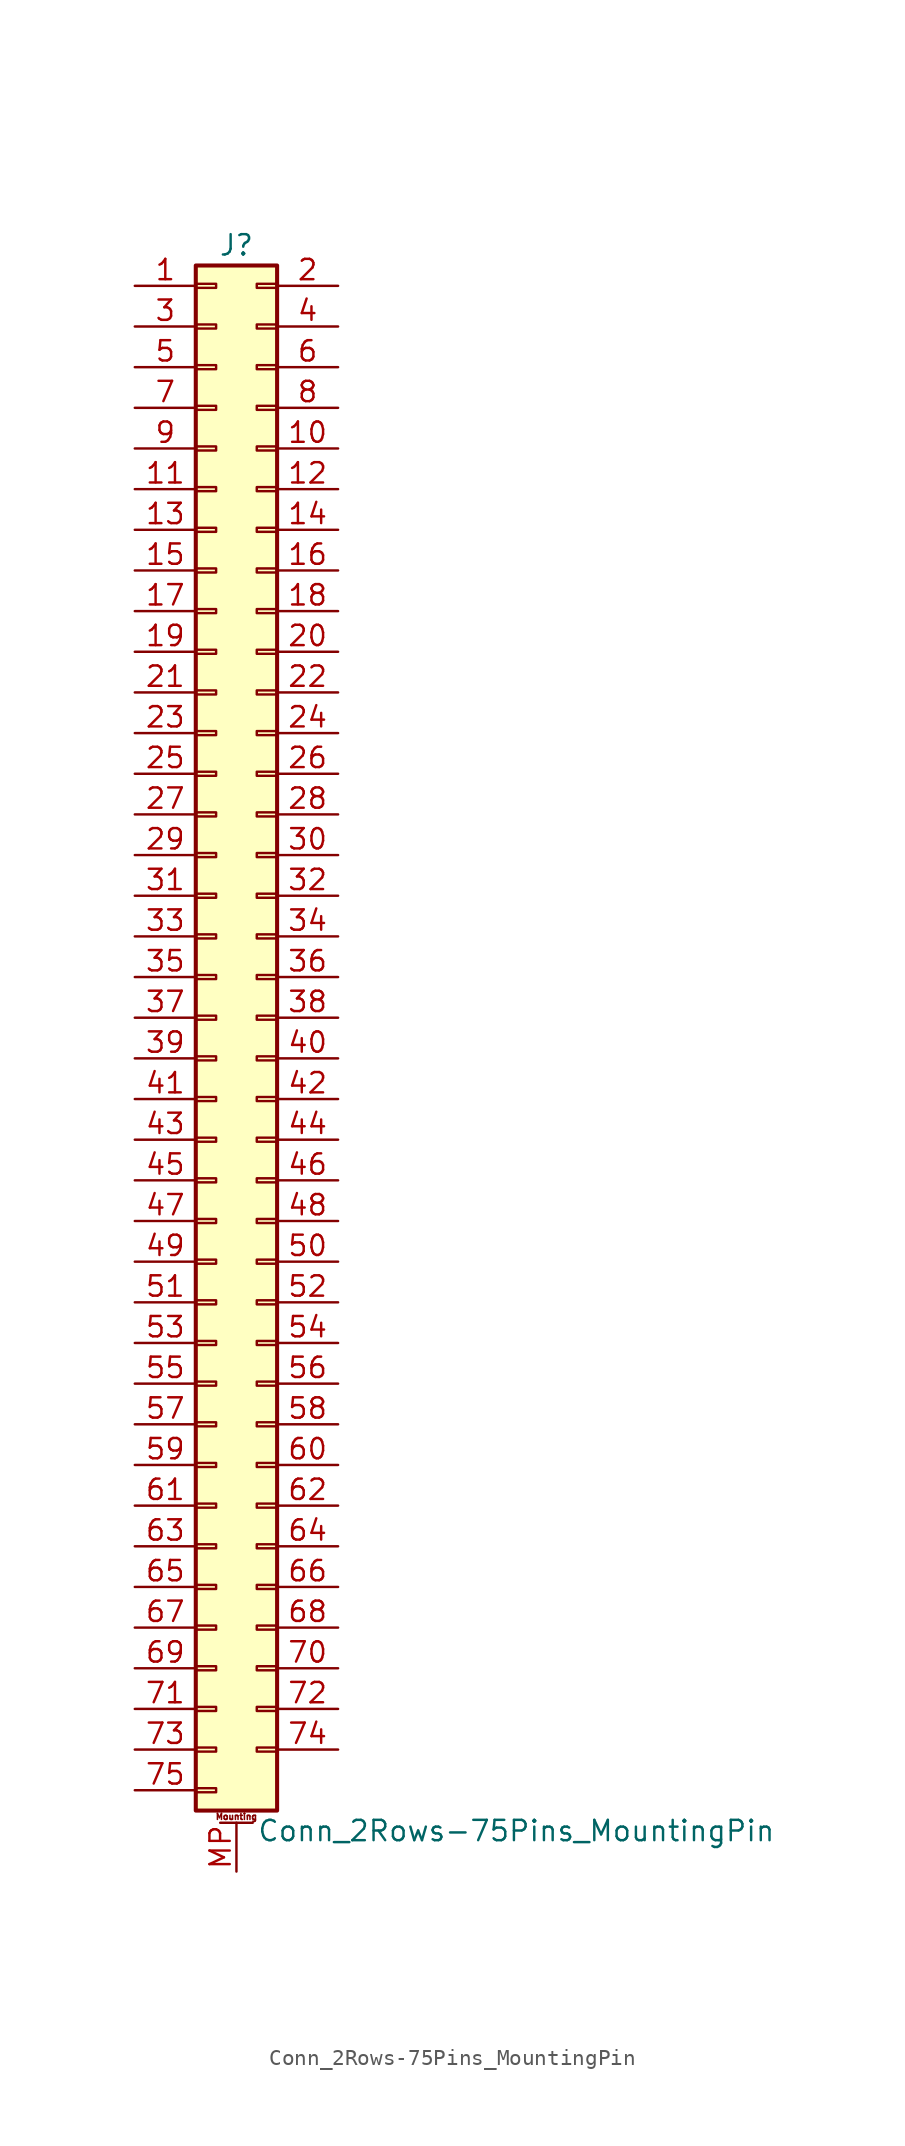
<source format=kicad_sym>
(kicad_symbol_lib
  (version 20201005)
  (generator kicad_symbol_editor)
  (symbol "Connector_Generic_MountingPin:Conn_2Rows-75Pins_MountingPin"
    (pin_names
      (offset 1.016) hide)
    (property "Reference" "J"
      (at 1.27 48.26 0)
      (effects (font (size 1.27 1.27))))
    (property "Value" "Conn_2Rows-75Pins_MountingPin"
      (at 2.54 -50.8 0)
      (effects (font (size 1.27 1.27)) (justify left)))
    (symbol "Conn_2Rows-75Pins_MountingPin_1_1"
      (text "Mounting" (at 1.27 -49.911 0) (effects (font (size 0.381 0.381))))
      (rectangle (start -1.27 -27.813) (end 0 -28.067) (stroke (width 0.152)) (fill (type none)))
      (rectangle (start -1.27 -30.353) (end 0 -30.607) (stroke (width 0.152)) (fill (type none)))
      (rectangle (start -1.27 -32.893) (end 0 -33.147) (stroke (width 0.152)) (fill (type none)))
      (rectangle (start -1.27 -35.433) (end 0 -35.687) (stroke (width 0.152)) (fill (type none)))
      (rectangle (start -1.27 -37.973) (end 0 -38.227) (stroke (width 0.152)) (fill (type none)))
      (rectangle (start -1.27 -40.513) (end 0 -40.767) (stroke (width 0.152)) (fill (type none)))
      (rectangle (start -1.27 -43.053) (end 0 -43.307) (stroke (width 0.152)) (fill (type none)))
      (rectangle (start -1.27 -45.593) (end 0 -45.847) (stroke (width 0.152)) (fill (type none)))
      (rectangle (start -1.27 -48.133) (end 0 -48.387) (stroke (width 0.152)) (fill (type none)))
      (rectangle (start -1.27 -4.953) (end 0 -5.207) (stroke (width 0.152)) (fill (type none)))
      (rectangle (start -1.27 -7.493) (end 0 -7.747) (stroke (width 0.152)) (fill (type none)))
      (rectangle (start -1.27 -10.033) (end 0 -10.287) (stroke (width 0.152)) (fill (type none)))
      (rectangle (start -1.27 -12.573) (end 0 -12.827) (stroke (width 0.152)) (fill (type none)))
      (rectangle (start -1.27 -15.113) (end 0 -15.367) (stroke (width 0.152)) (fill (type none)))
      (rectangle (start -1.27 -17.653) (end 0 -17.907) (stroke (width 0.152)) (fill (type none)))
      (rectangle (start -1.27 -20.193) (end 0 -20.447) (stroke (width 0.152)) (fill (type none)))
      (rectangle (start -1.27 -22.733) (end 0 -22.987) (stroke (width 0.152)) (fill (type none)))
      (rectangle (start -1.27 -2.413) (end 0 -2.667) (stroke (width 0.152)) (fill (type none)))
      (rectangle (start -1.27 -25.273) (end 0 -25.527) (stroke (width 0.152)) (fill (type none)))
      (rectangle (start -1.27 25.527) (end 0 25.273) (stroke (width 0.152)) (fill (type none)))
      (rectangle (start -1.27 2.667) (end 0 2.413) (stroke (width 0.152)) (fill (type none)))
      (rectangle (start -1.27 28.067) (end 0 27.813) (stroke (width 0.152)) (fill (type none)))
      (rectangle (start -1.27 30.607) (end 0 30.353) (stroke (width 0.152)) (fill (type none)))
      (rectangle (start -1.27 33.147) (end 0 32.893) (stroke (width 0.152)) (fill (type none)))
      (rectangle (start -1.27 35.687) (end 0 35.433) (stroke (width 0.152)) (fill (type none)))
      (rectangle (start -1.27 38.227) (end 0 37.973) (stroke (width 0.152)) (fill (type none)))
      (rectangle (start -1.27 40.767) (end 0 40.513) (stroke (width 0.152)) (fill (type none)))
      (rectangle (start -1.27 43.307) (end 0 43.053) (stroke (width 0.152)) (fill (type none)))
      (rectangle (start -1.27 45.847) (end 0 45.593) (stroke (width 0.152)) (fill (type none)))
      (rectangle (start -1.27 46.99) (end 3.81 -49.53) (stroke (width 0.254)) (fill (type background)))
      (rectangle (start -1.27 5.207) (end 0 4.953) (stroke (width 0.152)) (fill (type none)))
      (rectangle (start -1.27 7.747) (end 0 7.493) (stroke (width 0.152)) (fill (type none)))
      (rectangle (start -1.27 10.287) (end 0 10.033) (stroke (width 0.152)) (fill (type none)))
      (rectangle (start -1.27 0.127) (end 0 -0.127) (stroke (width 0.152)) (fill (type none)))
      (rectangle (start -1.27 12.827) (end 0 12.573) (stroke (width 0.152)) (fill (type none)))
      (rectangle (start -1.27 15.367) (end 0 15.113) (stroke (width 0.152)) (fill (type none)))
      (rectangle (start -1.27 17.907) (end 0 17.653) (stroke (width 0.152)) (fill (type none)))
      (rectangle (start -1.27 20.447) (end 0 20.193) (stroke (width 0.152)) (fill (type none)))
      (rectangle (start -1.27 22.987) (end 0 22.733) (stroke (width 0.152)) (fill (type none)))
      (rectangle (start 3.81 -27.813) (end 2.54 -28.067) (stroke (width 0.152)) (fill (type none)))
      (rectangle (start 3.81 -30.353) (end 2.54 -30.607) (stroke (width 0.152)) (fill (type none)))
      (rectangle (start 3.81 -32.893) (end 2.54 -33.147) (stroke (width 0.152)) (fill (type none)))
      (rectangle (start 3.81 -35.433) (end 2.54 -35.687) (stroke (width 0.152)) (fill (type none)))
      (rectangle (start 3.81 -37.973) (end 2.54 -38.227) (stroke (width 0.152)) (fill (type none)))
      (rectangle (start 3.81 -40.513) (end 2.54 -40.767) (stroke (width 0.152)) (fill (type none)))
      (rectangle (start 3.81 -43.053) (end 2.54 -43.307) (stroke (width 0.152)) (fill (type none)))
      (rectangle (start 3.81 -45.593) (end 2.54 -45.847) (stroke (width 0.152)) (fill (type none)))
      (rectangle (start 3.81 -4.953) (end 2.54 -5.207) (stroke (width 0.152)) (fill (type none)))
      (rectangle (start 3.81 -7.493) (end 2.54 -7.747) (stroke (width 0.152)) (fill (type none)))
      (rectangle (start 3.81 -10.033) (end 2.54 -10.287) (stroke (width 0.152)) (fill (type none)))
      (rectangle (start 3.81 -12.573) (end 2.54 -12.827) (stroke (width 0.152)) (fill (type none)))
      (rectangle (start 3.81 -15.113) (end 2.54 -15.367) (stroke (width 0.152)) (fill (type none)))
      (rectangle (start 3.81 -17.653) (end 2.54 -17.907) (stroke (width 0.152)) (fill (type none)))
      (rectangle (start 3.81 -20.193) (end 2.54 -20.447) (stroke (width 0.152)) (fill (type none)))
      (rectangle (start 3.81 -22.733) (end 2.54 -22.987) (stroke (width 0.152)) (fill (type none)))
      (rectangle (start 3.81 -2.413) (end 2.54 -2.667) (stroke (width 0.152)) (fill (type none)))
      (rectangle (start 3.81 -25.273) (end 2.54 -25.527) (stroke (width 0.152)) (fill (type none)))
      (rectangle (start 3.81 25.527) (end 2.54 25.273) (stroke (width 0.152)) (fill (type none)))
      (rectangle (start 3.81 2.667) (end 2.54 2.413) (stroke (width 0.152)) (fill (type none)))
      (rectangle (start 3.81 28.067) (end 2.54 27.813) (stroke (width 0.152)) (fill (type none)))
      (rectangle (start 3.81 30.607) (end 2.54 30.353) (stroke (width 0.152)) (fill (type none)))
      (rectangle (start 3.81 33.147) (end 2.54 32.893) (stroke (width 0.152)) (fill (type none)))
      (rectangle (start 3.81 35.687) (end 2.54 35.433) (stroke (width 0.152)) (fill (type none)))
      (rectangle (start 3.81 38.227) (end 2.54 37.973) (stroke (width 0.152)) (fill (type none)))
      (rectangle (start 3.81 40.767) (end 2.54 40.513) (stroke (width 0.152)) (fill (type none)))
      (rectangle (start 3.81 43.307) (end 2.54 43.053) (stroke (width 0.152)) (fill (type none)))
      (rectangle (start 3.81 45.847) (end 2.54 45.593) (stroke (width 0.152)) (fill (type none)))
      (rectangle (start 3.81 5.207) (end 2.54 4.953) (stroke (width 0.152)) (fill (type none)))
      (rectangle (start 3.81 7.747) (end 2.54 7.493) (stroke (width 0.152)) (fill (type none)))
      (rectangle (start 3.81 10.287) (end 2.54 10.033) (stroke (width 0.152)) (fill (type none)))
      (rectangle (start 3.81 0.127) (end 2.54 -0.127) (stroke (width 0.152)) (fill (type none)))
      (rectangle (start 3.81 12.827) (end 2.54 12.573) (stroke (width 0.152)) (fill (type none)))
      (rectangle (start 3.81 15.367) (end 2.54 15.113) (stroke (width 0.152)) (fill (type none)))
      (rectangle (start 3.81 17.907) (end 2.54 17.653) (stroke (width 0.152)) (fill (type none)))
      (rectangle (start 3.81 20.447) (end 2.54 20.193) (stroke (width 0.152)) (fill (type none)))
      (rectangle (start 3.81 22.987) (end 2.54 22.733) (stroke (width 0.152)) (fill (type none)))
      (polyline (pts (xy 0.254 -50.292) (xy 2.286 -50.292)) (stroke (width 0.152)) (fill (type none)))
      (pin passive line (at 1.27 -53.34 90) (length 3.048) (name "MountPin" (effects (font (size 1.27 1.27)))) (number "MP" (effects (font (size 1.27 1.27)))))
      (pin passive line (at -5.08 45.72 0) (length 3.81) (name "Pin_1" (effects (font (size 1.27 1.27)))) (number "1" (effects (font (size 1.27 1.27)))))
      (pin passive line (at 7.62 35.56 180) (length 3.81) (name "Pin_10" (effects (font (size 1.27 1.27)))) (number "10" (effects (font (size 1.27 1.27)))))
      (pin passive line (at -5.08 33.02 0) (length 3.81) (name "Pin_11" (effects (font (size 1.27 1.27)))) (number "11" (effects (font (size 1.27 1.27)))))
      (pin passive line (at 7.62 33.02 180) (length 3.81) (name "Pin_12" (effects (font (size 1.27 1.27)))) (number "12" (effects (font (size 1.27 1.27)))))
      (pin passive line (at -5.08 30.48 0) (length 3.81) (name "Pin_13" (effects (font (size 1.27 1.27)))) (number "13" (effects (font (size 1.27 1.27)))))
      (pin passive line (at 7.62 30.48 180) (length 3.81) (name "Pin_14" (effects (font (size 1.27 1.27)))) (number "14" (effects (font (size 1.27 1.27)))))
      (pin passive line (at -5.08 27.94 0) (length 3.81) (name "Pin_15" (effects (font (size 1.27 1.27)))) (number "15" (effects (font (size 1.27 1.27)))))
      (pin passive line (at 7.62 27.94 180) (length 3.81) (name "Pin_16" (effects (font (size 1.27 1.27)))) (number "16" (effects (font (size 1.27 1.27)))))
      (pin passive line (at -5.08 25.4 0) (length 3.81) (name "Pin_17" (effects (font (size 1.27 1.27)))) (number "17" (effects (font (size 1.27 1.27)))))
      (pin passive line (at 7.62 25.4 180) (length 3.81) (name "Pin_18" (effects (font (size 1.27 1.27)))) (number "18" (effects (font (size 1.27 1.27)))))
      (pin passive line (at -5.08 22.86 0) (length 3.81) (name "Pin_19" (effects (font (size 1.27 1.27)))) (number "19" (effects (font (size 1.27 1.27)))))
      (pin passive line (at 7.62 45.72 180) (length 3.81) (name "Pin_2" (effects (font (size 1.27 1.27)))) (number "2" (effects (font (size 1.27 1.27)))))
      (pin passive line (at 7.62 22.86 180) (length 3.81) (name "Pin_20" (effects (font (size 1.27 1.27)))) (number "20" (effects (font (size 1.27 1.27)))))
      (pin passive line (at -5.08 20.32 0) (length 3.81) (name "Pin_21" (effects (font (size 1.27 1.27)))) (number "21" (effects (font (size 1.27 1.27)))))
      (pin passive line (at 7.62 20.32 180) (length 3.81) (name "Pin_22" (effects (font (size 1.27 1.27)))) (number "22" (effects (font (size 1.27 1.27)))))
      (pin passive line (at -5.08 17.78 0) (length 3.81) (name "Pin_23" (effects (font (size 1.27 1.27)))) (number "23" (effects (font (size 1.27 1.27)))))
      (pin passive line (at 7.62 17.78 180) (length 3.81) (name "Pin_24" (effects (font (size 1.27 1.27)))) (number "24" (effects (font (size 1.27 1.27)))))
      (pin passive line (at -5.08 15.24 0) (length 3.81) (name "Pin_25" (effects (font (size 1.27 1.27)))) (number "25" (effects (font (size 1.27 1.27)))))
      (pin passive line (at 7.62 15.24 180) (length 3.81) (name "Pin_26" (effects (font (size 1.27 1.27)))) (number "26" (effects (font (size 1.27 1.27)))))
      (pin passive line (at -5.08 12.7 0) (length 3.81) (name "Pin_27" (effects (font (size 1.27 1.27)))) (number "27" (effects (font (size 1.27 1.27)))))
      (pin passive line (at 7.62 12.7 180) (length 3.81) (name "Pin_28" (effects (font (size 1.27 1.27)))) (number "28" (effects (font (size 1.27 1.27)))))
      (pin passive line (at -5.08 10.16 0) (length 3.81) (name "Pin_29" (effects (font (size 1.27 1.27)))) (number "29" (effects (font (size 1.27 1.27)))))
      (pin passive line (at -5.08 43.18 0) (length 3.81) (name "Pin_3" (effects (font (size 1.27 1.27)))) (number "3" (effects (font (size 1.27 1.27)))))
      (pin passive line (at 7.62 10.16 180) (length 3.81) (name "Pin_30" (effects (font (size 1.27 1.27)))) (number "30" (effects (font (size 1.27 1.27)))))
      (pin passive line (at -5.08 7.62 0) (length 3.81) (name "Pin_31" (effects (font (size 1.27 1.27)))) (number "31" (effects (font (size 1.27 1.27)))))
      (pin passive line (at 7.62 7.62 180) (length 3.81) (name "Pin_32" (effects (font (size 1.27 1.27)))) (number "32" (effects (font (size 1.27 1.27)))))
      (pin passive line (at -5.08 5.08 0) (length 3.81) (name "Pin_33" (effects (font (size 1.27 1.27)))) (number "33" (effects (font (size 1.27 1.27)))))
      (pin passive line (at 7.62 5.08 180) (length 3.81) (name "Pin_34" (effects (font (size 1.27 1.27)))) (number "34" (effects (font (size 1.27 1.27)))))
      (pin passive line (at -5.08 2.54 0) (length 3.81) (name "Pin_35" (effects (font (size 1.27 1.27)))) (number "35" (effects (font (size 1.27 1.27)))))
      (pin passive line (at 7.62 2.54 180) (length 3.81) (name "Pin_36" (effects (font (size 1.27 1.27)))) (number "36" (effects (font (size 1.27 1.27)))))
      (pin passive line (at -5.08 0 0) (length 3.81) (name "Pin_37" (effects (font (size 1.27 1.27)))) (number "37" (effects (font (size 1.27 1.27)))))
      (pin passive line (at 7.62 0 180) (length 3.81) (name "Pin_38" (effects (font (size 1.27 1.27)))) (number "38" (effects (font (size 1.27 1.27)))))
      (pin passive line (at -5.08 -2.54 0) (length 3.81) (name "Pin_39" (effects (font (size 1.27 1.27)))) (number "39" (effects (font (size 1.27 1.27)))))
      (pin passive line (at 7.62 43.18 180) (length 3.81) (name "Pin_4" (effects (font (size 1.27 1.27)))) (number "4" (effects (font (size 1.27 1.27)))))
      (pin passive line (at 7.62 -2.54 180) (length 3.81) (name "Pin_40" (effects (font (size 1.27 1.27)))) (number "40" (effects (font (size 1.27 1.27)))))
      (pin passive line (at -5.08 -5.08 0) (length 3.81) (name "Pin_41" (effects (font (size 1.27 1.27)))) (number "41" (effects (font (size 1.27 1.27)))))
      (pin passive line (at 7.62 -5.08 180) (length 3.81) (name "Pin_42" (effects (font (size 1.27 1.27)))) (number "42" (effects (font (size 1.27 1.27)))))
      (pin passive line (at -5.08 -7.62 0) (length 3.81) (name "Pin_43" (effects (font (size 1.27 1.27)))) (number "43" (effects (font (size 1.27 1.27)))))
      (pin passive line (at 7.62 -7.62 180) (length 3.81) (name "Pin_44" (effects (font (size 1.27 1.27)))) (number "44" (effects (font (size 1.27 1.27)))))
      (pin passive line (at -5.08 -10.16 0) (length 3.81) (name "Pin_45" (effects (font (size 1.27 1.27)))) (number "45" (effects (font (size 1.27 1.27)))))
      (pin passive line (at 7.62 -10.16 180) (length 3.81) (name "Pin_46" (effects (font (size 1.27 1.27)))) (number "46" (effects (font (size 1.27 1.27)))))
      (pin passive line (at -5.08 -12.7 0) (length 3.81) (name "Pin_47" (effects (font (size 1.27 1.27)))) (number "47" (effects (font (size 1.27 1.27)))))
      (pin passive line (at 7.62 -12.7 180) (length 3.81) (name "Pin_48" (effects (font (size 1.27 1.27)))) (number "48" (effects (font (size 1.27 1.27)))))
      (pin passive line (at -5.08 -15.24 0) (length 3.81) (name "Pin_49" (effects (font (size 1.27 1.27)))) (number "49" (effects (font (size 1.27 1.27)))))
      (pin passive line (at -5.08 40.64 0) (length 3.81) (name "Pin_5" (effects (font (size 1.27 1.27)))) (number "5" (effects (font (size 1.27 1.27)))))
      (pin passive line (at 7.62 -15.24 180) (length 3.81) (name "Pin_50" (effects (font (size 1.27 1.27)))) (number "50" (effects (font (size 1.27 1.27)))))
      (pin passive line (at -5.08 -17.78 0) (length 3.81) (name "Pin_51" (effects (font (size 1.27 1.27)))) (number "51" (effects (font (size 1.27 1.27)))))
      (pin passive line (at 7.62 -17.78 180) (length 3.81) (name "Pin_52" (effects (font (size 1.27 1.27)))) (number "52" (effects (font (size 1.27 1.27)))))
      (pin passive line (at -5.08 -20.32 0) (length 3.81) (name "Pin_53" (effects (font (size 1.27 1.27)))) (number "53" (effects (font (size 1.27 1.27)))))
      (pin passive line (at 7.62 -20.32 180) (length 3.81) (name "Pin_54" (effects (font (size 1.27 1.27)))) (number "54" (effects (font (size 1.27 1.27)))))
      (pin passive line (at -5.08 -22.86 0) (length 3.81) (name "Pin_55" (effects (font (size 1.27 1.27)))) (number "55" (effects (font (size 1.27 1.27)))))
      (pin passive line (at 7.62 -22.86 180) (length 3.81) (name "Pin_56" (effects (font (size 1.27 1.27)))) (number "56" (effects (font (size 1.27 1.27)))))
      (pin passive line (at -5.08 -25.4 0) (length 3.81) (name "Pin_57" (effects (font (size 1.27 1.27)))) (number "57" (effects (font (size 1.27 1.27)))))
      (pin passive line (at 7.62 -25.4 180) (length 3.81) (name "Pin_58" (effects (font (size 1.27 1.27)))) (number "58" (effects (font (size 1.27 1.27)))))
      (pin passive line (at -5.08 -27.94 0) (length 3.81) (name "Pin_59" (effects (font (size 1.27 1.27)))) (number "59" (effects (font (size 1.27 1.27)))))
      (pin passive line (at 7.62 40.64 180) (length 3.81) (name "Pin_6" (effects (font (size 1.27 1.27)))) (number "6" (effects (font (size 1.27 1.27)))))
      (pin passive line (at 7.62 -27.94 180) (length 3.81) (name "Pin_60" (effects (font (size 1.27 1.27)))) (number "60" (effects (font (size 1.27 1.27)))))
      (pin passive line (at -5.08 -30.48 0) (length 3.81) (name "Pin_61" (effects (font (size 1.27 1.27)))) (number "61" (effects (font (size 1.27 1.27)))))
      (pin passive line (at 7.62 -30.48 180) (length 3.81) (name "Pin_62" (effects (font (size 1.27 1.27)))) (number "62" (effects (font (size 1.27 1.27)))))
      (pin passive line (at -5.08 -33.02 0) (length 3.81) (name "Pin_63" (effects (font (size 1.27 1.27)))) (number "63" (effects (font (size 1.27 1.27)))))
      (pin passive line (at 7.62 -33.02 180) (length 3.81) (name "Pin_64" (effects (font (size 1.27 1.27)))) (number "64" (effects (font (size 1.27 1.27)))))
      (pin passive line (at -5.08 -35.56 0) (length 3.81) (name "Pin_65" (effects (font (size 1.27 1.27)))) (number "65" (effects (font (size 1.27 1.27)))))
      (pin passive line (at 7.62 -35.56 180) (length 3.81) (name "Pin_66" (effects (font (size 1.27 1.27)))) (number "66" (effects (font (size 1.27 1.27)))))
      (pin passive line (at -5.08 -38.1 0) (length 3.81) (name "Pin_67" (effects (font (size 1.27 1.27)))) (number "67" (effects (font (size 1.27 1.27)))))
      (pin passive line (at 7.62 -38.1 180) (length 3.81) (name "Pin_68" (effects (font (size 1.27 1.27)))) (number "68" (effects (font (size 1.27 1.27)))))
      (pin passive line (at -5.08 -40.64 0) (length 3.81) (name "Pin_69" (effects (font (size 1.27 1.27)))) (number "69" (effects (font (size 1.27 1.27)))))
      (pin passive line (at -5.08 38.1 0) (length 3.81) (name "Pin_7" (effects (font (size 1.27 1.27)))) (number "7" (effects (font (size 1.27 1.27)))))
      (pin passive line (at 7.62 -40.64 180) (length 3.81) (name "Pin_70" (effects (font (size 1.27 1.27)))) (number "70" (effects (font (size 1.27 1.27)))))
      (pin passive line (at -5.08 -43.18 0) (length 3.81) (name "Pin_71" (effects (font (size 1.27 1.27)))) (number "71" (effects (font (size 1.27 1.27)))))
      (pin passive line (at 7.62 -43.18 180) (length 3.81) (name "Pin_72" (effects (font (size 1.27 1.27)))) (number "72" (effects (font (size 1.27 1.27)))))
      (pin passive line (at -5.08 -45.72 0) (length 3.81) (name "Pin_73" (effects (font (size 1.27 1.27)))) (number "73" (effects (font (size 1.27 1.27)))))
      (pin passive line (at 7.62 -45.72 180) (length 3.81) (name "Pin_74" (effects (font (size 1.27 1.27)))) (number "74" (effects (font (size 1.27 1.27)))))
      (pin passive line (at -5.08 -48.26 0) (length 3.81) (name "Pin_75" (effects (font (size 1.27 1.27)))) (number "75" (effects (font (size 1.27 1.27)))))
      (pin passive line (at 7.62 38.1 180) (length 3.81) (name "Pin_8" (effects (font (size 1.27 1.27)))) (number "8" (effects (font (size 1.27 1.27)))))
      (pin passive line (at -5.08 35.56 0) (length 3.81) (name "Pin_9" (effects (font (size 1.27 1.27)))) (number "9" (effects (font (size 1.27 1.27))))))))
</source>
